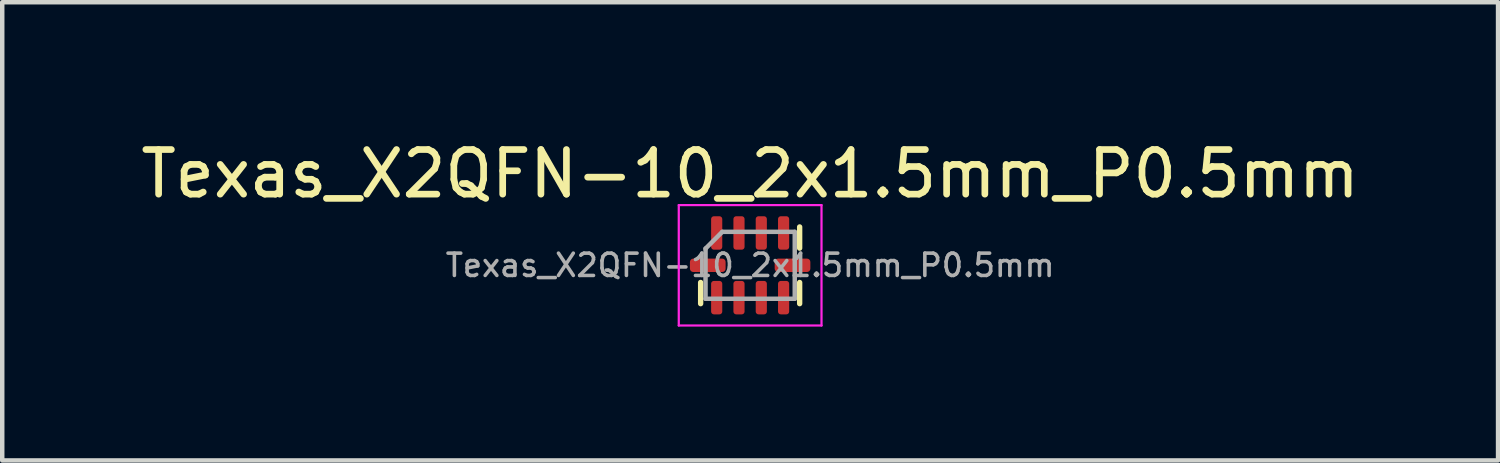
<source format=kicad_pcb>
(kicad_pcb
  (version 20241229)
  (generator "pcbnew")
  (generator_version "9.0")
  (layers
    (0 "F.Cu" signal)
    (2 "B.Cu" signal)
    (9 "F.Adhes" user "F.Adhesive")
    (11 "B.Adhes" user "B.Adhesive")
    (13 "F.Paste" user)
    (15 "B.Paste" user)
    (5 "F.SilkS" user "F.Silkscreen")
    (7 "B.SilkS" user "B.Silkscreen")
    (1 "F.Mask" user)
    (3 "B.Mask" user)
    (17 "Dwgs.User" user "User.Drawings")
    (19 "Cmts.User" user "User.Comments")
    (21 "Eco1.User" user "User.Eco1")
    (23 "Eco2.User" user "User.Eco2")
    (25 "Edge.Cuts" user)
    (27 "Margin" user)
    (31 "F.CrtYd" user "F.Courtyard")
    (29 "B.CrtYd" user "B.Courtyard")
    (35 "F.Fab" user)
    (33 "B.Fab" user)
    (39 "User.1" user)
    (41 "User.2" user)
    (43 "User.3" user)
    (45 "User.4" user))
  (footprint "Texas_X2QFN-10_2x1.5mm_P0.5mm"
    (layer "F.Cu")
    (at 13.768 2.898)
    (property "Reference" "Texas_X2QFN-10_2x1.5mm_P0.5mm" (at 0 -2.05 0) (layer "F.SilkS") (effects (font (size 1 1) (thickness 0.15))))
    (attr smd)
    (fp_line (start -1.11 0.86) (end -1.11 0.385) (stroke (width 0.12) (type solid)) (layer "F.SilkS"))
    (fp_line (start 1.11 -0.86) (end 1.11 -0.385) (stroke (width 0.12) (type solid)) (layer "F.SilkS"))
    (fp_line (start 1.11 0.86) (end 1.11 0.385) (stroke (width 0.12) (type solid)) (layer "F.SilkS"))
    (fp_line (start -1.6 -1.35) (end -1.6 1.35) (stroke (width 0.05) (type solid)) (layer "F.CrtYd"))
    (fp_line (start -1.6 1.35) (end 1.6 1.35) (stroke (width 0.05) (type solid)) (layer "F.CrtYd"))
    (fp_line (start 1.6 -1.35) (end -1.6 -1.35) (stroke (width 0.05) (type solid)) (layer "F.CrtYd"))
    (fp_line (start 1.6 1.35) (end 1.6 -1.35) (stroke (width 0.05) (type solid)) (layer "F.CrtYd"))
    (fp_line (start -1 -0.375) (end -0.625 -0.75) (stroke (width 0.1) (type solid)) (layer "F.Fab"))
    (fp_line (start -1 0.75) (end -1 -0.375) (stroke (width 0.1) (type solid)) (layer "F.Fab"))
    (fp_line (start -0.625 -0.75) (end 1 -0.75) (stroke (width 0.1) (type solid)) (layer "F.Fab"))
    (fp_line (start 1 -0.75) (end 1 0.75) (stroke (width 0.1) (type solid)) (layer "F.Fab"))
    (fp_line (start 1 0.75) (end -1 0.75) (stroke (width 0.1) (type solid)) (layer "F.Fab"))
    (fp_text user "${REFERENCE}" (at 0 0 0) (layer "F.Fab") (effects (font (size 0.5 0.5) (thickness 0.08))))
    (pad "1" smd roundrect (at -0.95 0) (size 0.8 0.3) (layers "F.Cu" "F.Mask" "F.Paste") (roundrect_rratio 0.25))
    (pad "2" smd roundrect (at -0.75 0.725) (size 0.25 0.75) (layers "F.Cu" "F.Mask" "F.Paste") (roundrect_rratio 0.25))
    (pad "3" smd roundrect (at -0.25 0.725) (size 0.25 0.75) (layers "F.Cu" "F.Mask" "F.Paste") (roundrect_rratio 0.25))
    (pad "4" smd roundrect (at 0.25 0.725) (size 0.25 0.75) (layers "F.Cu" "F.Mask" "F.Paste") (roundrect_rratio 0.25))
    (pad "5" smd roundrect (at 0.75 0.725) (size 0.25 0.75) (layers "F.Cu" "F.Mask" "F.Paste") (roundrect_rratio 0.25))
    (pad "6" smd roundrect (at 0.95 0) (size 0.8 0.3) (layers "F.Cu" "F.Mask" "F.Paste") (roundrect_rratio 0.25))
    (pad "7" smd roundrect (at 0.75 -0.725) (size 0.25 0.75) (layers "F.Cu" "F.Mask" "F.Paste") (roundrect_rratio 0.25))
    (pad "8" smd roundrect (at 0.25 -0.725) (size 0.25 0.75) (layers "F.Cu" "F.Mask" "F.Paste") (roundrect_rratio 0.25))
    (pad "9" smd roundrect (at -0.25 -0.725) (size 0.25 0.75) (layers "F.Cu" "F.Mask" "F.Paste") (roundrect_rratio 0.25))
    (pad "10" smd roundrect (at -0.75 -0.725) (size 0.25 0.75) (layers "F.Cu" "F.Mask" "F.Paste") (roundrect_rratio 0.25)))
  (gr_rect
    (start -3 -3)
    (end 30.536 7.273)
    (stroke (width 0.1) (type default))
    (fill no)
    (layer "Edge.Cuts")))
</source>
